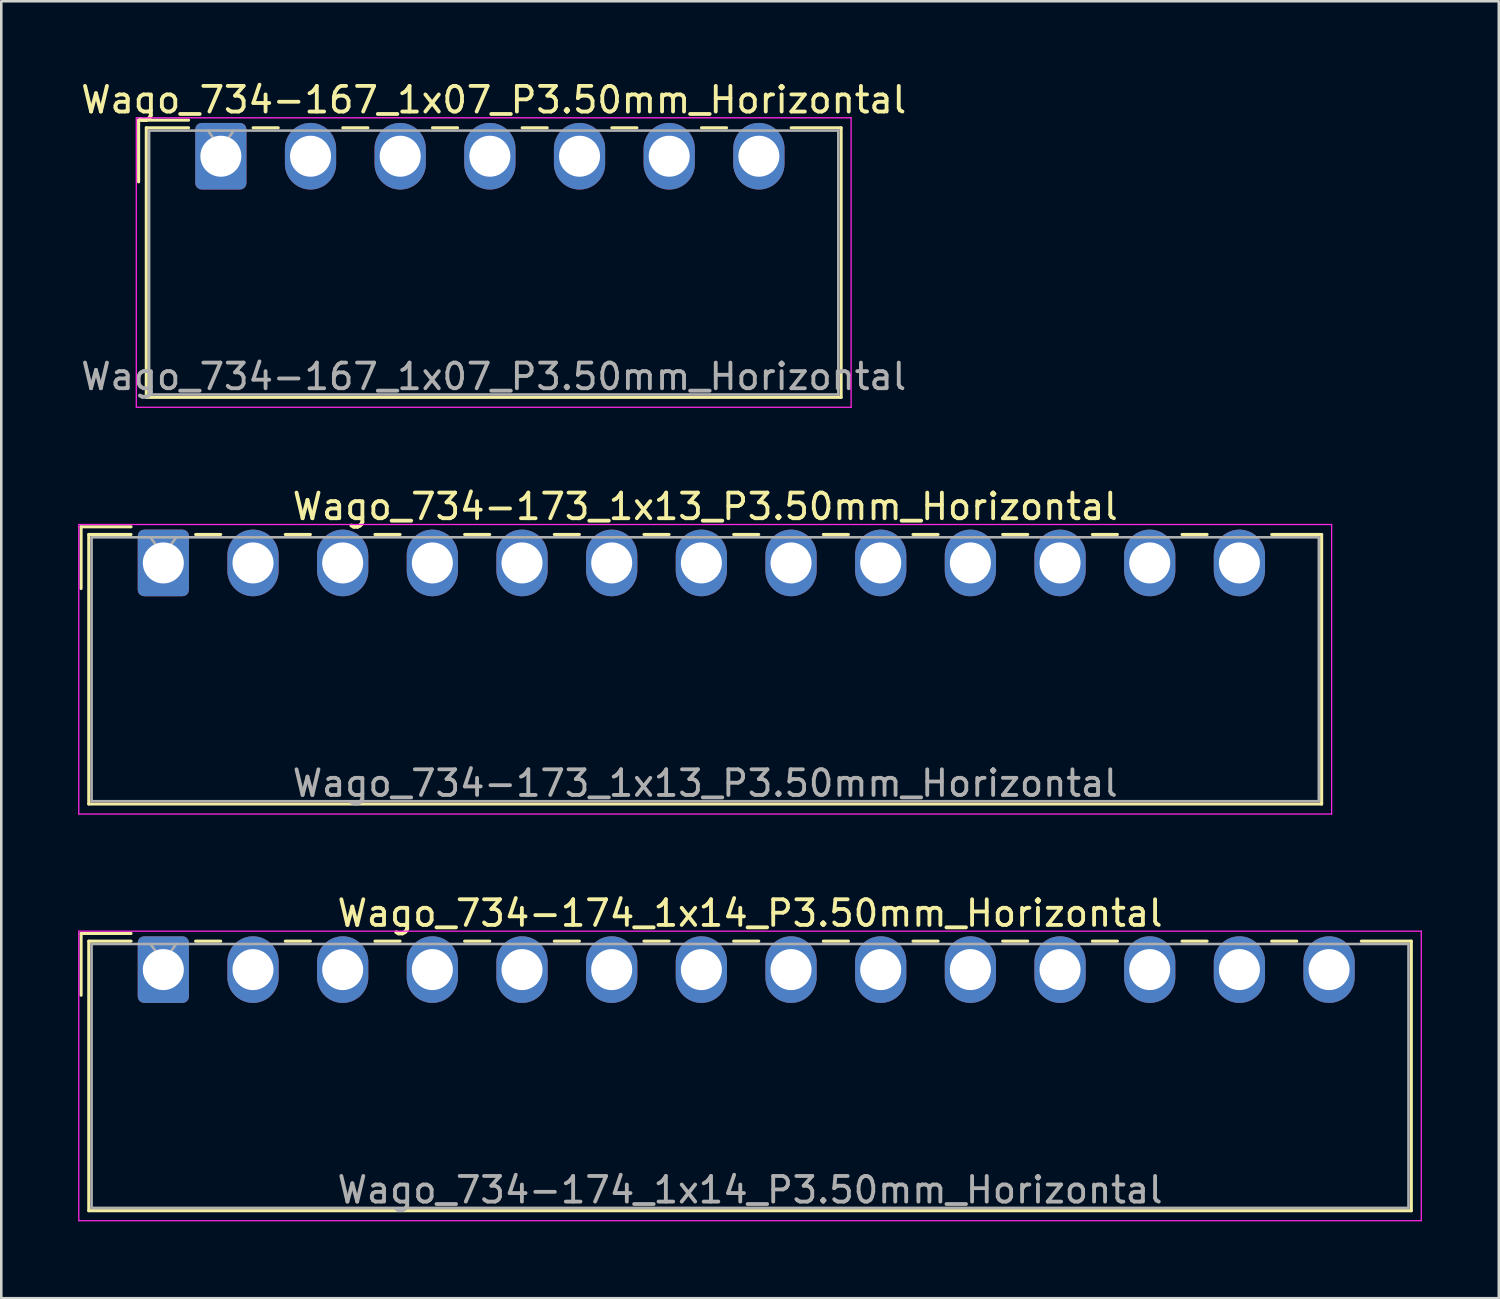
<source format=kicad_pcb>
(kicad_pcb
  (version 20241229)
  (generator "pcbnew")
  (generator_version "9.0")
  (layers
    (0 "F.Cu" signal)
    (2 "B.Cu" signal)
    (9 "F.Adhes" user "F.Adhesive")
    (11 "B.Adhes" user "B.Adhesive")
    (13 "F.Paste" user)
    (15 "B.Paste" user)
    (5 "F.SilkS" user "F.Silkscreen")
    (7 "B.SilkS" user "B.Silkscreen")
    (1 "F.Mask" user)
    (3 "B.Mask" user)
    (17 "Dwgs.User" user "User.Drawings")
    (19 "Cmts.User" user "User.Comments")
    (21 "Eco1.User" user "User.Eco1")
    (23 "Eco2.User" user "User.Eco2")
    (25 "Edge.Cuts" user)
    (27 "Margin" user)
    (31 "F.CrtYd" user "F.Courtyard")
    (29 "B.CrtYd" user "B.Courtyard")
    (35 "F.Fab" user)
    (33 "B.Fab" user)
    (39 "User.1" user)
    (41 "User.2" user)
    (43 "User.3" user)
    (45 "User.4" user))
  (footprint "Wago_734-167_1x07_P3.50mm_Horizontal"
    (layer "F.Cu")
    (at 5.57 3.048)
    (property "Reference" "Wago_734-167_1x07_P3.50mm_Horizontal" (at 10.65 -2.2 0) (layer "F.SilkS") (effects (font (size 1 1) (thickness 0.15))))
    (attr through_hole)
    (fp_line (start -3.21 -1.41) (end -1.26 -1.41) (stroke (width 0.12) (type solid)) (layer "F.SilkS"))
    (fp_line (start -3.21 1) (end -3.21 -1.41) (stroke (width 0.12) (type solid)) (layer "F.SilkS"))
    (fp_line (start -2.91 -1.11) (end -2.91 9.41) (stroke (width 0.12) (type solid)) (layer "F.SilkS"))
    (fp_line (start -2.91 9.41) (end 24.21 9.41) (stroke (width 0.12) (type solid)) (layer "F.SilkS"))
    (fp_line (start -1.26 -1.11) (end -2.91 -1.11) (stroke (width 0.12) (type solid)) (layer "F.SilkS"))
    (fp_line (start 1.26 -1.11) (end 2.24 -1.11) (stroke (width 0.12) (type solid)) (layer "F.SilkS"))
    (fp_line (start 4.76 -1.11) (end 5.74 -1.11) (stroke (width 0.12) (type solid)) (layer "F.SilkS"))
    (fp_line (start 8.26 -1.11) (end 9.24 -1.11) (stroke (width 0.12) (type solid)) (layer "F.SilkS"))
    (fp_line (start 11.76 -1.11) (end 12.74 -1.11) (stroke (width 0.12) (type solid)) (layer "F.SilkS"))
    (fp_line (start 15.26 -1.11) (end 16.24 -1.11) (stroke (width 0.12) (type solid)) (layer "F.SilkS"))
    (fp_line (start 18.76 -1.11) (end 19.74 -1.11) (stroke (width 0.12) (type solid)) (layer "F.SilkS"))
    (fp_line (start 24.21 -1.11) (end 22.26 -1.11) (stroke (width 0.12) (type solid)) (layer "F.SilkS"))
    (fp_line (start 24.21 9.41) (end 24.21 -1.11) (stroke (width 0.12) (type solid)) (layer "F.SilkS"))
    (fp_line (start -3.3 -1.5) (end -3.3 9.8) (stroke (width 0.05) (type solid)) (layer "F.CrtYd"))
    (fp_line (start -3.3 9.8) (end 24.6 9.8) (stroke (width 0.05) (type solid)) (layer "F.CrtYd"))
    (fp_line (start 24.6 -1.5) (end -3.3 -1.5) (stroke (width 0.05) (type solid)) (layer "F.CrtYd"))
    (fp_line (start 24.6 9.8) (end 24.6 -1.5) (stroke (width 0.05) (type solid)) (layer "F.CrtYd"))
    (fp_line (start -2.8 -1) (end -2.8 9.3) (stroke (width 0.1) (type solid)) (layer "F.Fab"))
    (fp_line (start -2.8 9.3) (end 24.1 9.3) (stroke (width 0.1) (type solid)) (layer "F.Fab"))
    (fp_line (start -0.5 -1) (end 0 -0.293) (stroke (width 0.1) (type solid)) (layer "F.Fab"))
    (fp_line (start 0 -0.293) (end 0.5 -1) (stroke (width 0.1) (type solid)) (layer "F.Fab"))
    (fp_line (start 24.1 -1) (end -2.8 -1) (stroke (width 0.1) (type solid)) (layer "F.Fab"))
    (fp_line (start 24.1 9.3) (end 24.1 -1) (stroke (width 0.1) (type solid)) (layer "F.Fab"))
    (fp_text user "${REFERENCE}" (at 10.65 8.6 0) (layer "F.Fab") (effects (font (size 1 1) (thickness 0.15))))
    (pad "1" thru_hole roundrect (at 0 0) (size 2 2.6) (drill 1.6) (layers "*.Cu" "*.Mask") (roundrect_rratio 0.125))
    (pad "2" thru_hole oval (at 3.5 0) (size 2 2.6) (drill 1.6) (layers "*.Cu" "*.Mask"))
    (pad "3" thru_hole oval (at 7 0) (size 2 2.6) (drill 1.6) (layers "*.Cu" "*.Mask"))
    (pad "4" thru_hole oval (at 10.5 0) (size 2 2.6) (drill 1.6) (layers "*.Cu" "*.Mask"))
    (pad "5" thru_hole oval (at 14 0) (size 2 2.6) (drill 1.6) (layers "*.Cu" "*.Mask"))
    (pad "6" thru_hole oval (at 17.5 0) (size 2 2.6) (drill 1.6) (layers "*.Cu" "*.Mask"))
    (pad "7" thru_hole oval (at 21 0) (size 2 2.6) (drill 1.6) (layers "*.Cu" "*.Mask")))
  (footprint "Wago_734-173_1x13_P3.50mm_Horizontal"
    (layer "F.Cu")
    (at 3.325 18.922)
    (property "Reference" "Wago_734-173_1x13_P3.50mm_Horizontal" (at 21.15 -2.2 0) (layer "F.SilkS") (effects (font (size 1 1) (thickness 0.15))))
    (attr through_hole)
    (fp_line (start -3.21 -1.41) (end -1.26 -1.41) (stroke (width 0.12) (type solid)) (layer "F.SilkS"))
    (fp_line (start -3.21 1) (end -3.21 -1.41) (stroke (width 0.12) (type solid)) (layer "F.SilkS"))
    (fp_line (start -2.91 -1.11) (end -2.91 9.41) (stroke (width 0.12) (type solid)) (layer "F.SilkS"))
    (fp_line (start -2.91 9.41) (end 45.21 9.41) (stroke (width 0.12) (type solid)) (layer "F.SilkS"))
    (fp_line (start -1.26 -1.11) (end -2.91 -1.11) (stroke (width 0.12) (type solid)) (layer "F.SilkS"))
    (fp_line (start 1.26 -1.11) (end 2.24 -1.11) (stroke (width 0.12) (type solid)) (layer "F.SilkS"))
    (fp_line (start 4.76 -1.11) (end 5.74 -1.11) (stroke (width 0.12) (type solid)) (layer "F.SilkS"))
    (fp_line (start 8.26 -1.11) (end 9.24 -1.11) (stroke (width 0.12) (type solid)) (layer "F.SilkS"))
    (fp_line (start 11.76 -1.11) (end 12.74 -1.11) (stroke (width 0.12) (type solid)) (layer "F.SilkS"))
    (fp_line (start 15.26 -1.11) (end 16.24 -1.11) (stroke (width 0.12) (type solid)) (layer "F.SilkS"))
    (fp_line (start 18.76 -1.11) (end 19.74 -1.11) (stroke (width 0.12) (type solid)) (layer "F.SilkS"))
    (fp_line (start 22.26 -1.11) (end 23.24 -1.11) (stroke (width 0.12) (type solid)) (layer "F.SilkS"))
    (fp_line (start 25.76 -1.11) (end 26.74 -1.11) (stroke (width 0.12) (type solid)) (layer "F.SilkS"))
    (fp_line (start 29.26 -1.11) (end 30.24 -1.11) (stroke (width 0.12) (type solid)) (layer "F.SilkS"))
    (fp_line (start 32.76 -1.11) (end 33.74 -1.11) (stroke (width 0.12) (type solid)) (layer "F.SilkS"))
    (fp_line (start 36.26 -1.11) (end 37.24 -1.11) (stroke (width 0.12) (type solid)) (layer "F.SilkS"))
    (fp_line (start 39.76 -1.11) (end 40.74 -1.11) (stroke (width 0.12) (type solid)) (layer "F.SilkS"))
    (fp_line (start 45.21 -1.11) (end 43.26 -1.11) (stroke (width 0.12) (type solid)) (layer "F.SilkS"))
    (fp_line (start 45.21 9.41) (end 45.21 -1.11) (stroke (width 0.12) (type solid)) (layer "F.SilkS"))
    (fp_line (start -3.3 -1.5) (end -3.3 9.8) (stroke (width 0.05) (type solid)) (layer "F.CrtYd"))
    (fp_line (start -3.3 9.8) (end 45.6 9.8) (stroke (width 0.05) (type solid)) (layer "F.CrtYd"))
    (fp_line (start 45.6 -1.5) (end -3.3 -1.5) (stroke (width 0.05) (type solid)) (layer "F.CrtYd"))
    (fp_line (start 45.6 9.8) (end 45.6 -1.5) (stroke (width 0.05) (type solid)) (layer "F.CrtYd"))
    (fp_line (start -2.8 -1) (end -2.8 9.3) (stroke (width 0.1) (type solid)) (layer "F.Fab"))
    (fp_line (start -2.8 9.3) (end 45.1 9.3) (stroke (width 0.1) (type solid)) (layer "F.Fab"))
    (fp_line (start -0.5 -1) (end 0 -0.293) (stroke (width 0.1) (type solid)) (layer "F.Fab"))
    (fp_line (start 0 -0.293) (end 0.5 -1) (stroke (width 0.1) (type solid)) (layer "F.Fab"))
    (fp_line (start 45.1 -1) (end -2.8 -1) (stroke (width 0.1) (type solid)) (layer "F.Fab"))
    (fp_line (start 45.1 9.3) (end 45.1 -1) (stroke (width 0.1) (type solid)) (layer "F.Fab"))
    (fp_text user "${REFERENCE}" (at 21.15 8.6 0) (layer "F.Fab") (effects (font (size 1 1) (thickness 0.15))))
    (pad "1" thru_hole roundrect (at 0 0) (size 2 2.6) (drill 1.6) (layers "*.Cu" "*.Mask") (roundrect_rratio 0.125))
    (pad "2" thru_hole oval (at 3.5 0) (size 2 2.6) (drill 1.6) (layers "*.Cu" "*.Mask"))
    (pad "3" thru_hole oval (at 7 0) (size 2 2.6) (drill 1.6) (layers "*.Cu" "*.Mask"))
    (pad "4" thru_hole oval (at 10.5 0) (size 2 2.6) (drill 1.6) (layers "*.Cu" "*.Mask"))
    (pad "5" thru_hole oval (at 14 0) (size 2 2.6) (drill 1.6) (layers "*.Cu" "*.Mask"))
    (pad "6" thru_hole oval (at 17.5 0) (size 2 2.6) (drill 1.6) (layers "*.Cu" "*.Mask"))
    (pad "7" thru_hole oval (at 21 0) (size 2 2.6) (drill 1.6) (layers "*.Cu" "*.Mask"))
    (pad "8" thru_hole oval (at 24.5 0) (size 2 2.6) (drill 1.6) (layers "*.Cu" "*.Mask"))
    (pad "9" thru_hole oval (at 28 0) (size 2 2.6) (drill 1.6) (layers "*.Cu" "*.Mask"))
    (pad "10" thru_hole oval (at 31.5 0) (size 2 2.6) (drill 1.6) (layers "*.Cu" "*.Mask"))
    (pad "11" thru_hole oval (at 35 0) (size 2 2.6) (drill 1.6) (layers "*.Cu" "*.Mask"))
    (pad "12" thru_hole oval (at 38.5 0) (size 2 2.6) (drill 1.6) (layers "*.Cu" "*.Mask"))
    (pad "13" thru_hole oval (at 42 0) (size 2 2.6) (drill 1.6) (layers "*.Cu" "*.Mask")))
  (footprint "Wago_734-174_1x14_P3.50mm_Horizontal"
    (layer "F.Cu")
    (at 3.325 34.795)
    (property "Reference" "Wago_734-174_1x14_P3.50mm_Horizontal" (at 22.9 -2.2 0) (layer "F.SilkS") (effects (font (size 1 1) (thickness 0.15))))
    (attr through_hole)
    (fp_line (start -3.21 -1.41) (end -1.26 -1.41) (stroke (width 0.12) (type solid)) (layer "F.SilkS"))
    (fp_line (start -3.21 1) (end -3.21 -1.41) (stroke (width 0.12) (type solid)) (layer "F.SilkS"))
    (fp_line (start -2.91 -1.11) (end -2.91 9.41) (stroke (width 0.12) (type solid)) (layer "F.SilkS"))
    (fp_line (start -2.91 9.41) (end 48.71 9.41) (stroke (width 0.12) (type solid)) (layer "F.SilkS"))
    (fp_line (start -1.26 -1.11) (end -2.91 -1.11) (stroke (width 0.12) (type solid)) (layer "F.SilkS"))
    (fp_line (start 1.26 -1.11) (end 2.24 -1.11) (stroke (width 0.12) (type solid)) (layer "F.SilkS"))
    (fp_line (start 4.76 -1.11) (end 5.74 -1.11) (stroke (width 0.12) (type solid)) (layer "F.SilkS"))
    (fp_line (start 8.26 -1.11) (end 9.24 -1.11) (stroke (width 0.12) (type solid)) (layer "F.SilkS"))
    (fp_line (start 11.76 -1.11) (end 12.74 -1.11) (stroke (width 0.12) (type solid)) (layer "F.SilkS"))
    (fp_line (start 15.26 -1.11) (end 16.24 -1.11) (stroke (width 0.12) (type solid)) (layer "F.SilkS"))
    (fp_line (start 18.76 -1.11) (end 19.74 -1.11) (stroke (width 0.12) (type solid)) (layer "F.SilkS"))
    (fp_line (start 22.26 -1.11) (end 23.24 -1.11) (stroke (width 0.12) (type solid)) (layer "F.SilkS"))
    (fp_line (start 25.76 -1.11) (end 26.74 -1.11) (stroke (width 0.12) (type solid)) (layer "F.SilkS"))
    (fp_line (start 29.26 -1.11) (end 30.24 -1.11) (stroke (width 0.12) (type solid)) (layer "F.SilkS"))
    (fp_line (start 32.76 -1.11) (end 33.74 -1.11) (stroke (width 0.12) (type solid)) (layer "F.SilkS"))
    (fp_line (start 36.26 -1.11) (end 37.24 -1.11) (stroke (width 0.12) (type solid)) (layer "F.SilkS"))
    (fp_line (start 39.76 -1.11) (end 40.74 -1.11) (stroke (width 0.12) (type solid)) (layer "F.SilkS"))
    (fp_line (start 43.26 -1.11) (end 44.24 -1.11) (stroke (width 0.12) (type solid)) (layer "F.SilkS"))
    (fp_line (start 48.71 -1.11) (end 46.76 -1.11) (stroke (width 0.12) (type solid)) (layer "F.SilkS"))
    (fp_line (start 48.71 9.41) (end 48.71 -1.11) (stroke (width 0.12) (type solid)) (layer "F.SilkS"))
    (fp_line (start -3.3 -1.5) (end -3.3 9.8) (stroke (width 0.05) (type solid)) (layer "F.CrtYd"))
    (fp_line (start -3.3 9.8) (end 49.1 9.8) (stroke (width 0.05) (type solid)) (layer "F.CrtYd"))
    (fp_line (start 49.1 -1.5) (end -3.3 -1.5) (stroke (width 0.05) (type solid)) (layer "F.CrtYd"))
    (fp_line (start 49.1 9.8) (end 49.1 -1.5) (stroke (width 0.05) (type solid)) (layer "F.CrtYd"))
    (fp_line (start -2.8 -1) (end -2.8 9.3) (stroke (width 0.1) (type solid)) (layer "F.Fab"))
    (fp_line (start -2.8 9.3) (end 48.6 9.3) (stroke (width 0.1) (type solid)) (layer "F.Fab"))
    (fp_line (start -0.5 -1) (end 0 -0.293) (stroke (width 0.1) (type solid)) (layer "F.Fab"))
    (fp_line (start 0 -0.293) (end 0.5 -1) (stroke (width 0.1) (type solid)) (layer "F.Fab"))
    (fp_line (start 48.6 -1) (end -2.8 -1) (stroke (width 0.1) (type solid)) (layer "F.Fab"))
    (fp_line (start 48.6 9.3) (end 48.6 -1) (stroke (width 0.1) (type solid)) (layer "F.Fab"))
    (fp_text user "${REFERENCE}" (at 22.9 8.6 0) (layer "F.Fab") (effects (font (size 1 1) (thickness 0.15))))
    (pad "1" thru_hole roundrect (at 0 0) (size 2 2.6) (drill 1.6) (layers "*.Cu" "*.Mask") (roundrect_rratio 0.125))
    (pad "2" thru_hole oval (at 3.5 0) (size 2 2.6) (drill 1.6) (layers "*.Cu" "*.Mask"))
    (pad "3" thru_hole oval (at 7 0) (size 2 2.6) (drill 1.6) (layers "*.Cu" "*.Mask"))
    (pad "4" thru_hole oval (at 10.5 0) (size 2 2.6) (drill 1.6) (layers "*.Cu" "*.Mask"))
    (pad "5" thru_hole oval (at 14 0) (size 2 2.6) (drill 1.6) (layers "*.Cu" "*.Mask"))
    (pad "6" thru_hole oval (at 17.5 0) (size 2 2.6) (drill 1.6) (layers "*.Cu" "*.Mask"))
    (pad "7" thru_hole oval (at 21 0) (size 2 2.6) (drill 1.6) (layers "*.Cu" "*.Mask"))
    (pad "8" thru_hole oval (at 24.5 0) (size 2 2.6) (drill 1.6) (layers "*.Cu" "*.Mask"))
    (pad "9" thru_hole oval (at 28 0) (size 2 2.6) (drill 1.6) (layers "*.Cu" "*.Mask"))
    (pad "10" thru_hole oval (at 31.5 0) (size 2 2.6) (drill 1.6) (layers "*.Cu" "*.Mask"))
    (pad "11" thru_hole oval (at 35 0) (size 2 2.6) (drill 1.6) (layers "*.Cu" "*.Mask"))
    (pad "12" thru_hole oval (at 38.5 0) (size 2 2.6) (drill 1.6) (layers "*.Cu" "*.Mask"))
    (pad "13" thru_hole oval (at 42 0) (size 2 2.6) (drill 1.6) (layers "*.Cu" "*.Mask"))
    (pad "14" thru_hole oval (at 45.5 0) (size 2 2.6) (drill 1.6) (layers "*.Cu" "*.Mask")))
  (gr_rect
    (start -3 -3)
    (end 55.45 47.62)
    (stroke (width 0.1) (type default))
    (fill no)
    (layer "Edge.Cuts")))
</source>
